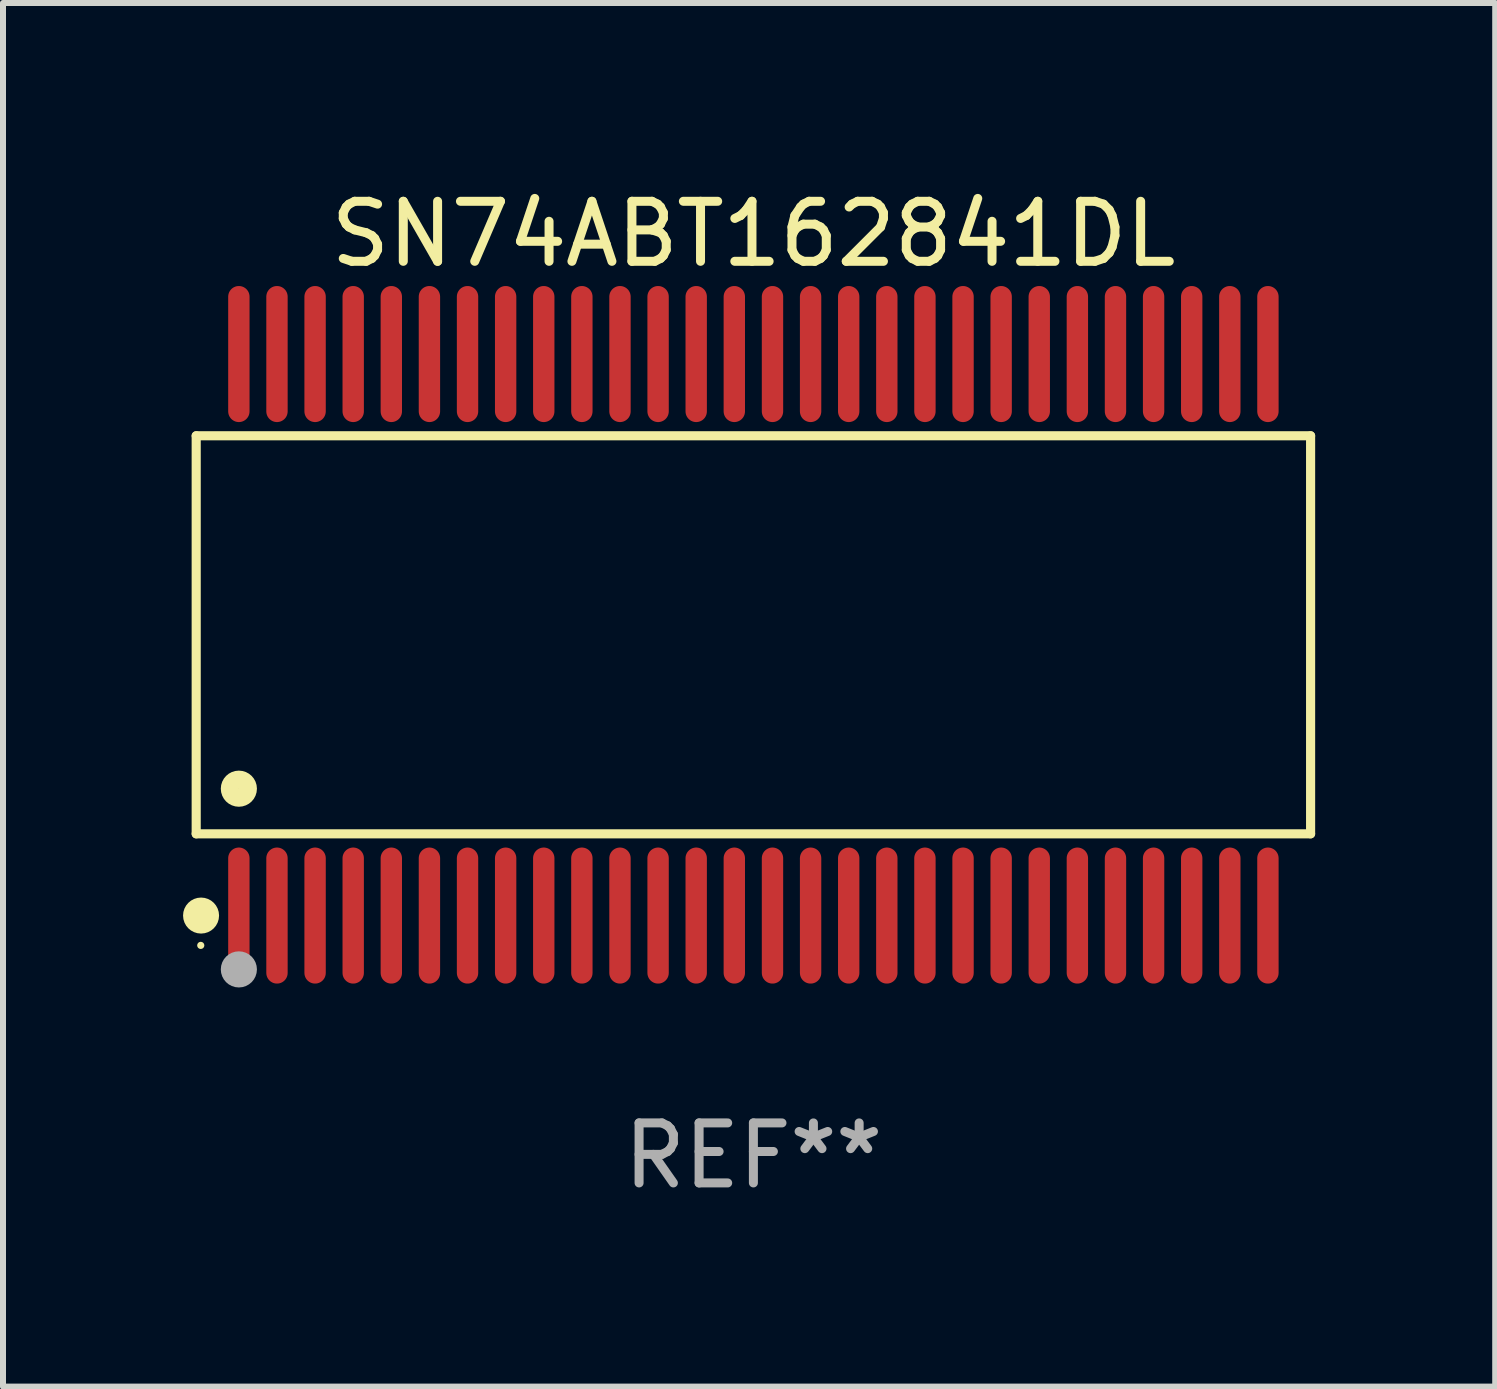
<source format=kicad_pcb>
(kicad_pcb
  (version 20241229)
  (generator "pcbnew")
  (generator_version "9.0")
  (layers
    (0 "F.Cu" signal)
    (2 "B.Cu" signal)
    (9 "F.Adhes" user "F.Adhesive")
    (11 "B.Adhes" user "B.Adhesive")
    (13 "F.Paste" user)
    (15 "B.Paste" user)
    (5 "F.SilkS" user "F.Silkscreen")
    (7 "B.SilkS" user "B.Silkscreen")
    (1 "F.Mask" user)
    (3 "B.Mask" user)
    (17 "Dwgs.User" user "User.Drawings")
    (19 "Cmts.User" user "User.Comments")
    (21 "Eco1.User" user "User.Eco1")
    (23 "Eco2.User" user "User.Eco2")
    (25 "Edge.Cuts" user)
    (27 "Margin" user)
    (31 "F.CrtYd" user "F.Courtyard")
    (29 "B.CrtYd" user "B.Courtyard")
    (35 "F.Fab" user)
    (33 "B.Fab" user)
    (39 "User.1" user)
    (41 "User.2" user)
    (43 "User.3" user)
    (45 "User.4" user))
  (footprint "SN74ABT162841DL"
    (layer "F.Cu")
    (at 9.503 7.527)
    (property "Reference" "SN74ABT162841DL" (at 0 -6.678 0) (layer "F.SilkS") (effects (font (size 1 1) (thickness 0.15))))
    (attr through_hole)
    (fp_line (start -9.284 -3.316) (end 9.284 -3.316) (stroke (width 0.152) (type solid)) (layer "F.SilkS"))
    (fp_line (start -9.284 3.316) (end -9.284 -3.316) (stroke (width 0.152) (type solid)) (layer "F.SilkS"))
    (fp_line (start 9.284 -3.316) (end 9.284 3.316) (stroke (width 0.152) (type solid)) (layer "F.SilkS"))
    (fp_line (start 9.284 3.316) (end -9.284 3.316) (stroke (width 0.152) (type solid)) (layer "F.SilkS"))
    (fp_circle (center -9.208 5.175) (end -9.178 5.175) (stroke (width 0.06) (type solid)) (fill no) (layer "F.SilkS"))
    (fp_circle (center -9.203 4.678) (end -9.053 4.678) (stroke (width 0.3) (type solid)) (fill no) (layer "F.SilkS"))
    (fp_circle (center -8.573 2.564) (end -8.422 2.564) (stroke (width 0.3) (type solid)) (fill no) (layer "F.SilkS"))
    (fp_circle (center -8.573 5.575) (end -8.422 5.575) (stroke (width 0.3) (type solid)) (fill no) (layer "F.Fab"))
    (fp_text user "REF**" (at 0 8.678 0) (layer "F.Fab") (effects (font (size 1 1) (thickness 0.15))))
    (pad "1" smd oval (at -8.573 4.678) (size 0.356 2.267) (layers "F.Cu" "F.Mask" "F.Paste"))
    (pad "2" smd oval (at -7.938 4.678) (size 0.356 2.267) (layers "F.Cu" "F.Mask" "F.Paste"))
    (pad "3" smd oval (at -7.303 4.678) (size 0.356 2.267) (layers "F.Cu" "F.Mask" "F.Paste"))
    (pad "4" smd oval (at -6.668 4.678) (size 0.356 2.267) (layers "F.Cu" "F.Mask" "F.Paste"))
    (pad "5" smd oval (at -6.033 4.678) (size 0.356 2.267) (layers "F.Cu" "F.Mask" "F.Paste"))
    (pad "6" smd oval (at -5.398 4.678) (size 0.356 2.267) (layers "F.Cu" "F.Mask" "F.Paste"))
    (pad "7" smd oval (at -4.763 4.678) (size 0.356 2.267) (layers "F.Cu" "F.Mask" "F.Paste"))
    (pad "8" smd oval (at -4.128 4.678) (size 0.356 2.267) (layers "F.Cu" "F.Mask" "F.Paste"))
    (pad "9" smd oval (at -3.493 4.678) (size 0.356 2.267) (layers "F.Cu" "F.Mask" "F.Paste"))
    (pad "10" smd oval (at -2.858 4.678) (size 0.356 2.267) (layers "F.Cu" "F.Mask" "F.Paste"))
    (pad "11" smd oval (at -2.223 4.678) (size 0.356 2.267) (layers "F.Cu" "F.Mask" "F.Paste"))
    (pad "12" smd oval (at -1.588 4.678) (size 0.356 2.267) (layers "F.Cu" "F.Mask" "F.Paste"))
    (pad "13" smd oval (at -0.953 4.678) (size 0.356 2.267) (layers "F.Cu" "F.Mask" "F.Paste"))
    (pad "14" smd oval (at -0.318 4.678) (size 0.356 2.267) (layers "F.Cu" "F.Mask" "F.Paste"))
    (pad "15" smd oval (at 0.318 4.678) (size 0.356 2.267) (layers "F.Cu" "F.Mask" "F.Paste"))
    (pad "16" smd oval (at 0.953 4.678) (size 0.356 2.267) (layers "F.Cu" "F.Mask" "F.Paste"))
    (pad "17" smd oval (at 1.588 4.678) (size 0.356 2.267) (layers "F.Cu" "F.Mask" "F.Paste"))
    (pad "18" smd oval (at 2.223 4.678) (size 0.356 2.267) (layers "F.Cu" "F.Mask" "F.Paste"))
    (pad "19" smd oval (at 2.858 4.678) (size 0.356 2.267) (layers "F.Cu" "F.Mask" "F.Paste"))
    (pad "20" smd oval (at 3.493 4.678) (size 0.356 2.267) (layers "F.Cu" "F.Mask" "F.Paste"))
    (pad "21" smd oval (at 4.128 4.678) (size 0.356 2.267) (layers "F.Cu" "F.Mask" "F.Paste"))
    (pad "22" smd oval (at 4.763 4.678) (size 0.356 2.267) (layers "F.Cu" "F.Mask" "F.Paste"))
    (pad "23" smd oval (at 5.398 4.678) (size 0.356 2.267) (layers "F.Cu" "F.Mask" "F.Paste"))
    (pad "24" smd oval (at 6.033 4.678) (size 0.356 2.267) (layers "F.Cu" "F.Mask" "F.Paste"))
    (pad "25" smd oval (at 6.668 4.678) (size 0.356 2.267) (layers "F.Cu" "F.Mask" "F.Paste"))
    (pad "26" smd oval (at 7.303 4.678) (size 0.356 2.267) (layers "F.Cu" "F.Mask" "F.Paste"))
    (pad "27" smd oval (at 7.938 4.678) (size 0.356 2.267) (layers "F.Cu" "F.Mask" "F.Paste"))
    (pad "28" smd oval (at 8.573 4.678) (size 0.356 2.267) (layers "F.Cu" "F.Mask" "F.Paste"))
    (pad "29" smd oval (at 8.573 -4.678) (size 0.356 2.267) (layers "F.Cu" "F.Mask" "F.Paste"))
    (pad "30" smd oval (at 7.938 -4.678) (size 0.356 2.267) (layers "F.Cu" "F.Mask" "F.Paste"))
    (pad "31" smd oval (at 7.303 -4.678) (size 0.356 2.267) (layers "F.Cu" "F.Mask" "F.Paste"))
    (pad "32" smd oval (at 6.668 -4.678) (size 0.356 2.267) (layers "F.Cu" "F.Mask" "F.Paste"))
    (pad "33" smd oval (at 6.033 -4.678) (size 0.356 2.267) (layers "F.Cu" "F.Mask" "F.Paste"))
    (pad "34" smd oval (at 5.398 -4.678) (size 0.356 2.267) (layers "F.Cu" "F.Mask" "F.Paste"))
    (pad "35" smd oval (at 4.763 -4.678) (size 0.356 2.267) (layers "F.Cu" "F.Mask" "F.Paste"))
    (pad "36" smd oval (at 4.128 -4.678) (size 0.356 2.267) (layers "F.Cu" "F.Mask" "F.Paste"))
    (pad "37" smd oval (at 3.493 -4.678) (size 0.356 2.267) (layers "F.Cu" "F.Mask" "F.Paste"))
    (pad "38" smd oval (at 2.858 -4.678) (size 0.356 2.267) (layers "F.Cu" "F.Mask" "F.Paste"))
    (pad "39" smd oval (at 2.223 -4.678) (size 0.356 2.267) (layers "F.Cu" "F.Mask" "F.Paste"))
    (pad "40" smd oval (at 1.588 -4.678) (size 0.356 2.267) (layers "F.Cu" "F.Mask" "F.Paste"))
    (pad "41" smd oval (at 0.953 -4.678) (size 0.356 2.267) (layers "F.Cu" "F.Mask" "F.Paste"))
    (pad "42" smd oval (at 0.318 -4.678) (size 0.356 2.267) (layers "F.Cu" "F.Mask" "F.Paste"))
    (pad "43" smd oval (at -0.318 -4.678) (size 0.356 2.267) (layers "F.Cu" "F.Mask" "F.Paste"))
    (pad "44" smd oval (at -0.953 -4.678) (size 0.356 2.267) (layers "F.Cu" "F.Mask" "F.Paste"))
    (pad "45" smd oval (at -1.588 -4.678) (size 0.356 2.267) (layers "F.Cu" "F.Mask" "F.Paste"))
    (pad "46" smd oval (at -2.223 -4.678) (size 0.356 2.267) (layers "F.Cu" "F.Mask" "F.Paste"))
    (pad "47" smd oval (at -2.858 -4.678) (size 0.356 2.267) (layers "F.Cu" "F.Mask" "F.Paste"))
    (pad "48" smd oval (at -3.493 -4.678) (size 0.356 2.267) (layers "F.Cu" "F.Mask" "F.Paste"))
    (pad "49" smd oval (at -4.128 -4.678) (size 0.356 2.267) (layers "F.Cu" "F.Mask" "F.Paste"))
    (pad "50" smd oval (at -4.763 -4.678) (size 0.356 2.267) (layers "F.Cu" "F.Mask" "F.Paste"))
    (pad "51" smd oval (at -5.398 -4.678) (size 0.356 2.267) (layers "F.Cu" "F.Mask" "F.Paste"))
    (pad "52" smd oval (at -6.033 -4.678) (size 0.356 2.267) (layers "F.Cu" "F.Mask" "F.Paste"))
    (pad "53" smd oval (at -6.668 -4.678) (size 0.356 2.267) (layers "F.Cu" "F.Mask" "F.Paste"))
    (pad "54" smd oval (at -7.303 -4.678) (size 0.356 2.267) (layers "F.Cu" "F.Mask" "F.Paste"))
    (pad "55" smd oval (at -7.938 -4.678) (size 0.356 2.267) (layers "F.Cu" "F.Mask" "F.Paste"))
    (pad "56" smd oval (at -8.573 -4.678) (size 0.356 2.267) (layers "F.Cu" "F.Mask" "F.Paste")))
  (gr_rect
    (start -3 -3)
    (end 21.863 20.053)
    (stroke (width 0.1) (type default))
    (fill no)
    (layer "Edge.Cuts")))
</source>
